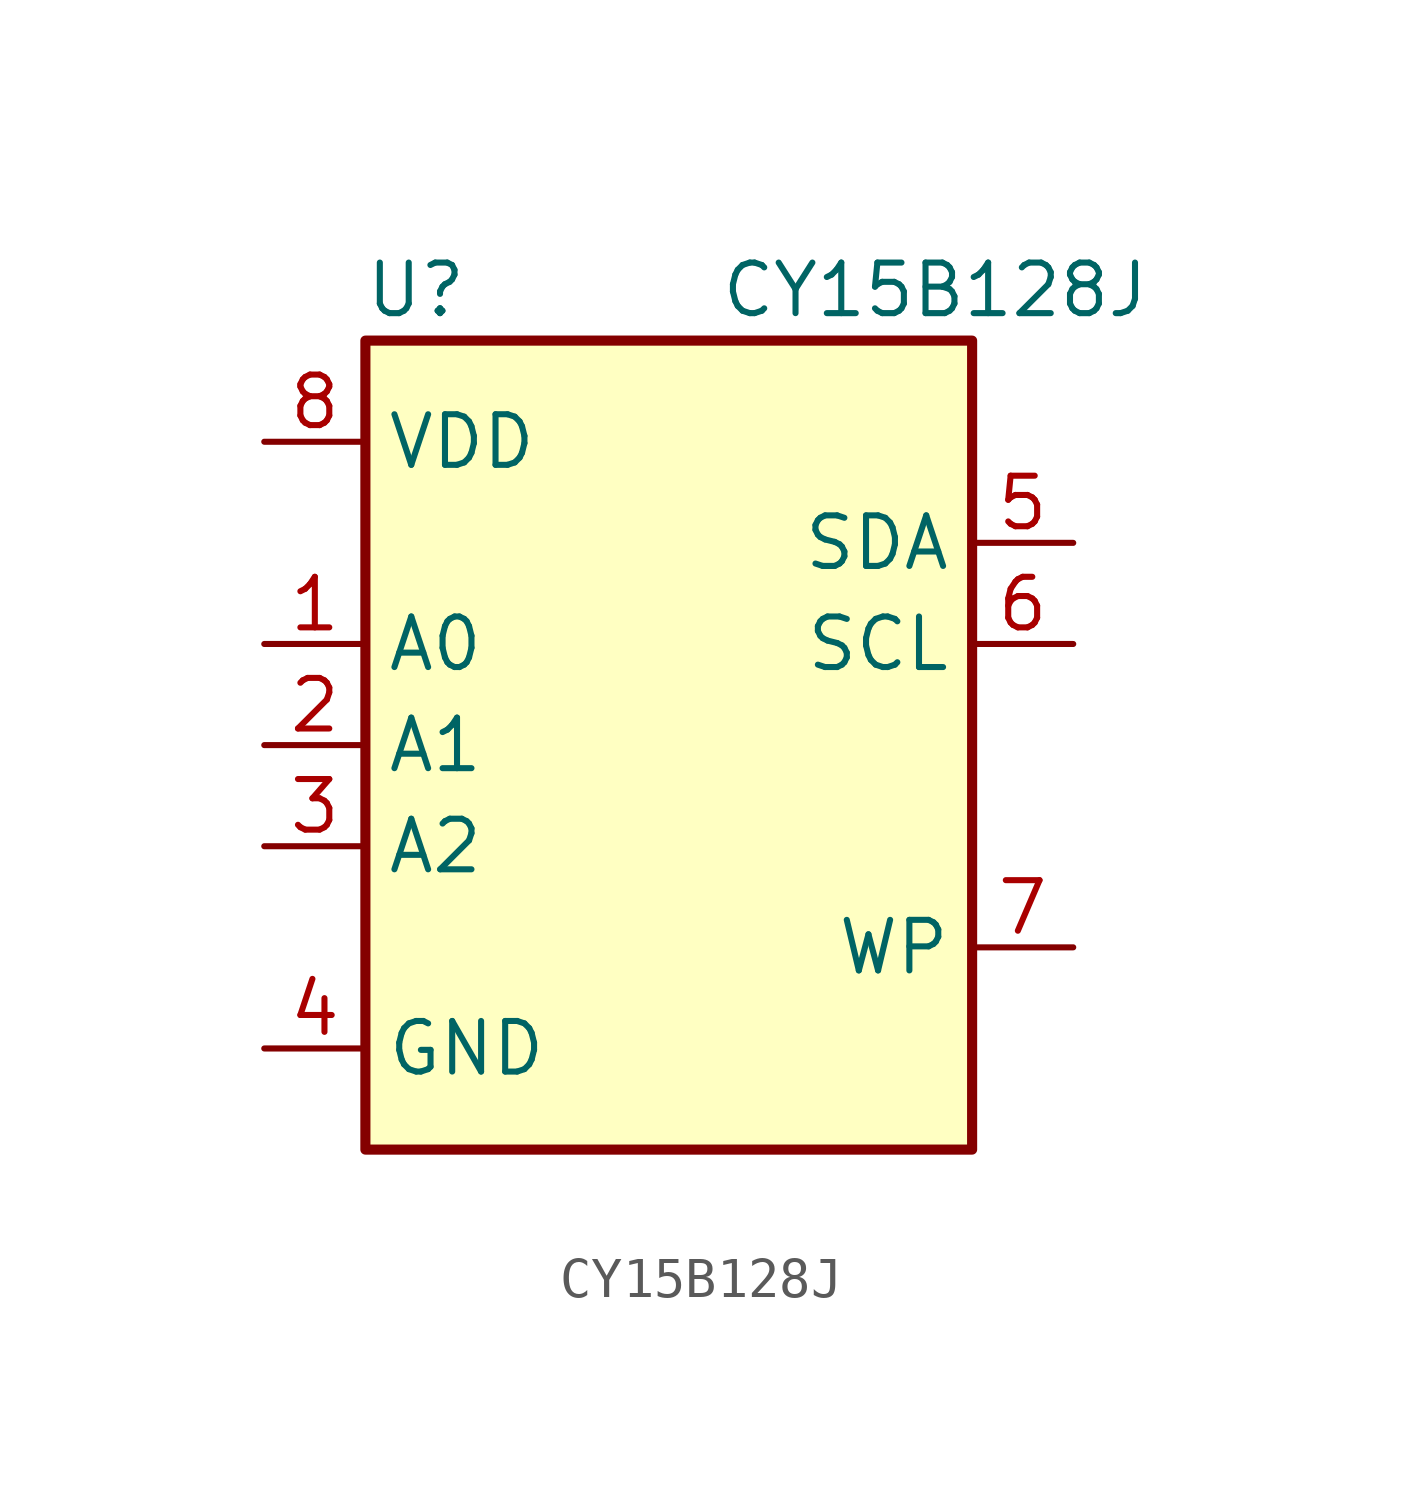
<source format=kicad_sym>
(kicad_symbol_lib
  (version 20211014)
  (generator kicad_symbol_editor)
  (symbol "CY15B128J"
    (property "Reference" "U"
      (at -6.35 11.43 0)
      (effects (font (size 1.27 1.27))))
    (property "Value" "CY15B128J"
      (at 1.27 11.43 0)
      (effects (font (size 1.27 1.27)) (justify left)))
    (symbol "CY15B128J_1_1"
      (rectangle (start -7.62 10.16) (end 7.62 -10.16) (stroke (width 0.254) (type default) (color 0 0 0 0)) (fill (type background)))
      (pin input line (at -10.16 2.54 0) (length 2.54) (name "A0" (effects (font (size 1.27 1.27)))) (number "1" (effects (font (size 1.27 1.27)))))
      (pin input line (at -10.16 0 0) (length 2.54) (name "A1" (effects (font (size 1.27 1.27)))) (number "2" (effects (font (size 1.27 1.27)))))
      (pin input line (at -10.16 -2.54 0) (length 2.54) (name "A2" (effects (font (size 1.27 1.27)))) (number "3" (effects (font (size 1.27 1.27)))))
      (pin power_in line (at -10.16 -7.62 0) (length 2.54) (name "GND" (effects (font (size 1.27 1.27)))) (number "4" (effects (font (size 1.27 1.27)))))
      (pin bidirectional line (at 10.16 5.08 180) (length 2.54) (name "SDA" (effects (font (size 1.27 1.27)))) (number "5" (effects (font (size 1.27 1.27)))))
      (pin input line (at 10.16 2.54 180) (length 2.54) (name "SCL" (effects (font (size 1.27 1.27)))) (number "6" (effects (font (size 1.27 1.27)))))
      (pin input line (at 10.16 -5.08 180) (length 2.54) (name "WP" (effects (font (size 1.27 1.27)))) (number "7" (effects (font (size 1.27 1.27)))))
      (pin power_in line (at -10.16 7.62 0) (length 2.54) (name "VDD" (effects (font (size 1.27 1.27)))) (number "8" (effects (font (size 1.27 1.27))))))))
</source>
